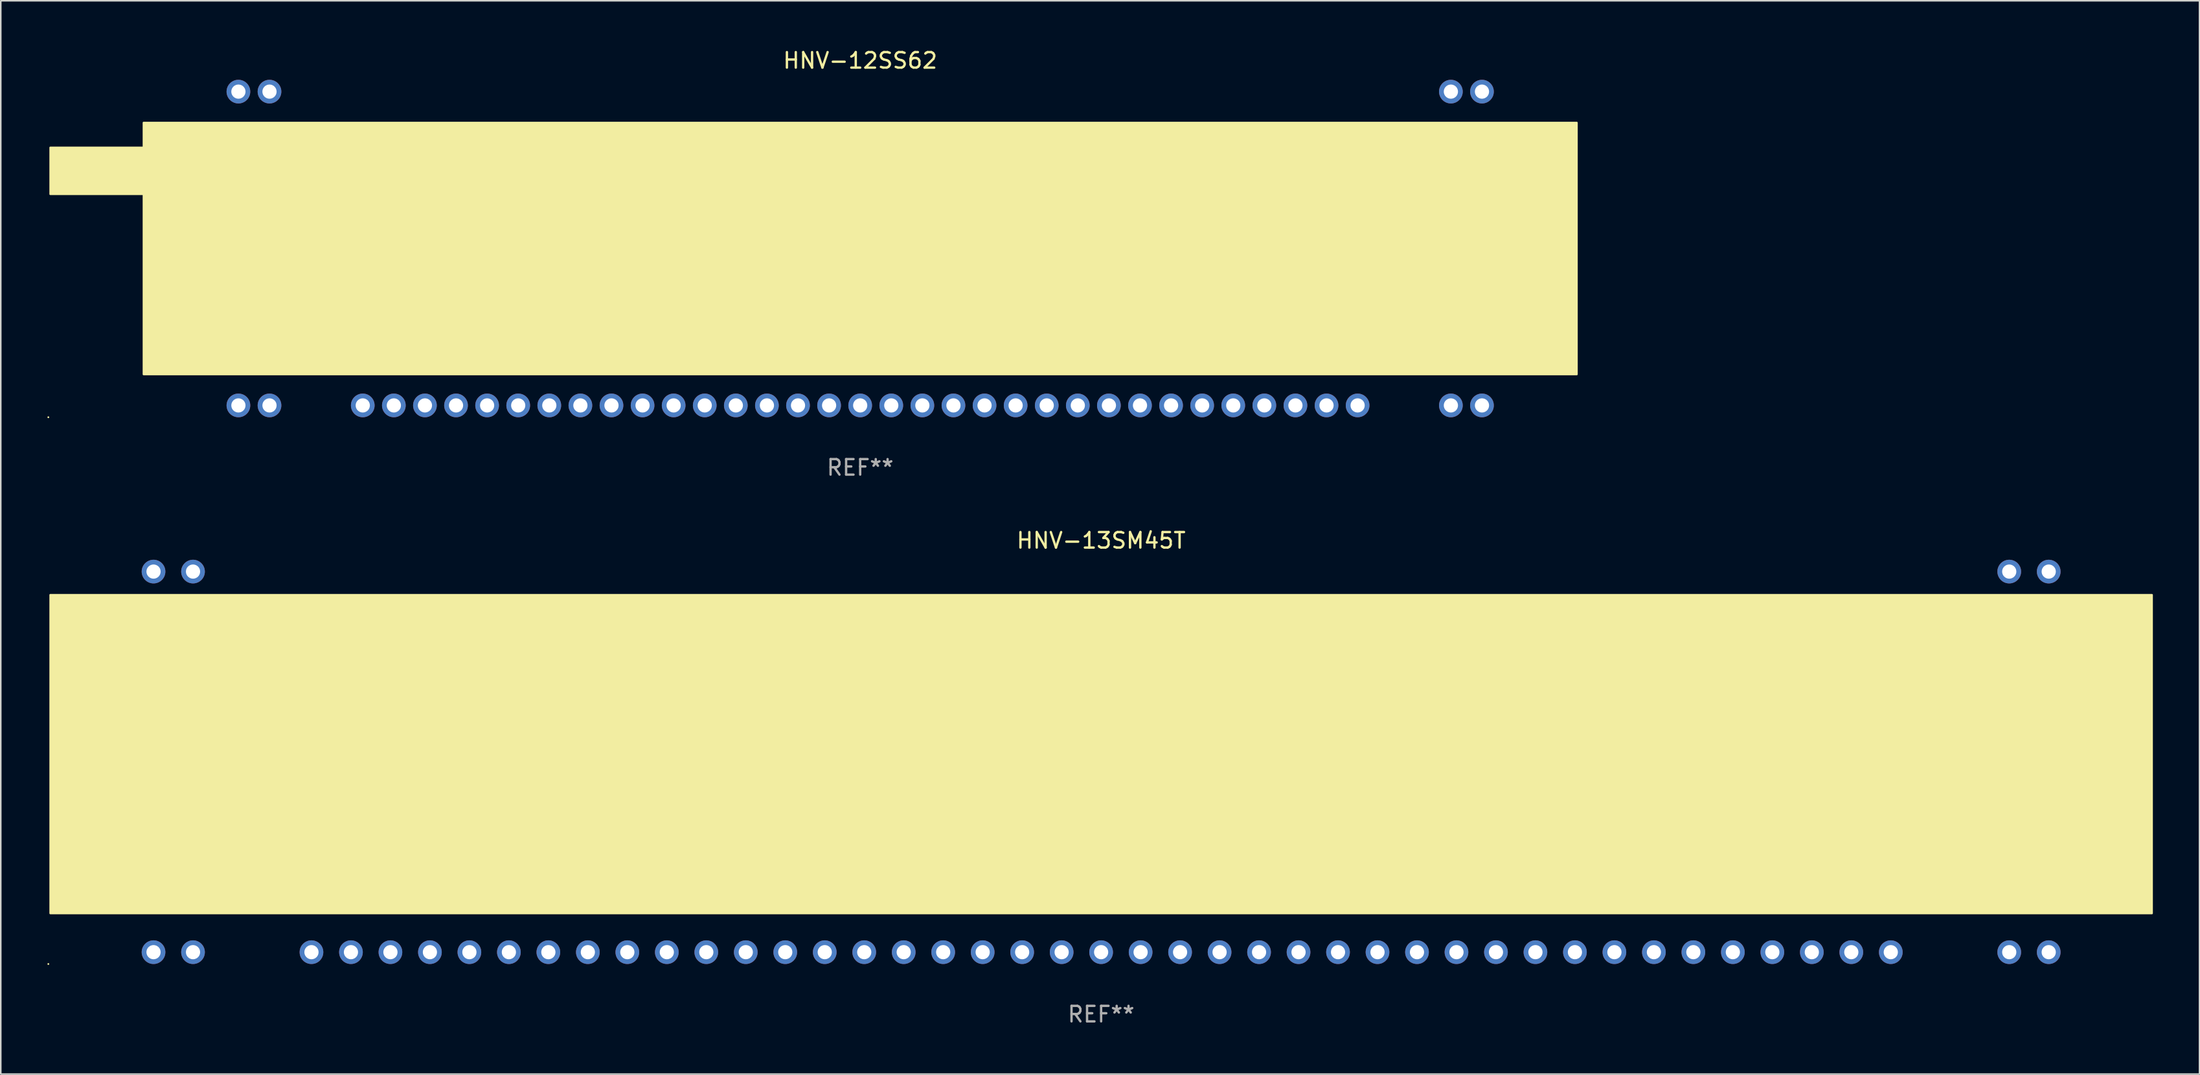
<source format=kicad_pcb>
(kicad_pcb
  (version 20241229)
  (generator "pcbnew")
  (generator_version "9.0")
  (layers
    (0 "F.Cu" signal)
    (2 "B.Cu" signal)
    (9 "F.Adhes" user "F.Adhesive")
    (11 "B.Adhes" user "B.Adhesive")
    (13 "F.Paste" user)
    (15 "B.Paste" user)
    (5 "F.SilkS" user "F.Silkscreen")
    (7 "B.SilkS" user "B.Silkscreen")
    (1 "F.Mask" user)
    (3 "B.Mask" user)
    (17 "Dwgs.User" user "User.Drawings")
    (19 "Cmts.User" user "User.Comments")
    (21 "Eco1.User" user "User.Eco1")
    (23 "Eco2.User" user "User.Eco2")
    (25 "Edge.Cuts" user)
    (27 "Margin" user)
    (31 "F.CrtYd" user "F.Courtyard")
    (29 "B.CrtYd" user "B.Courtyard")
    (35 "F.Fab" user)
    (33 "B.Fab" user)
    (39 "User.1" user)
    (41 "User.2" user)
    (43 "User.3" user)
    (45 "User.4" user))
  (footprint "HNV-12SS62"
    (layer "F.Cu")
    (at 52.287 12.948)
    (property "Reference" "HNV-12SS62" (at 0 -12.1 0) (layer "F.SilkS") (effects (font (size 1 1) (thickness 0.15))))
    (attr through_hole)
    (fp_circle (center -52.227 10.862) (end -52.197 10.862) (stroke (width 0.06) (type solid)) (fill no) (layer "F.SilkS"))
    (fp_poly (pts (xy -52.1 -6.5) (xy -46.1 -6.5) (xy -46.1 -3.5) (xy -52.1 -3.5)) (stroke (width 0.12) (type solid)) (fill yes) (layer "F.SilkS"))
    (fp_poly (pts (xy -46.1 -8.1) (xy 46.1 -8.1) (xy 46.1 8.1) (xy -46.1 8.1)) (stroke (width 0.12) (type solid)) (fill yes) (layer "F.SilkS"))
    (fp_poly (pts (xy -33.4 -3.8) (xy 32.43 -3.8) (xy 32.43 2.2) (xy -33.4 2.2)) (stroke (width 0.12) (type solid)) (fill yes) (layer "F.SilkS"))
    (fp_text user "REF**" (at 0 14.1 0) (layer "F.Fab") (effects (font (size 1 1) (thickness 0.15))))
    (pad "0" thru_hole circle (at -40 -10.1) (size 1.524 1.524) (drill 0.914) (layers "*.Cu" "*.Mask"))
    (pad "0" thru_hole circle (at -38 -10.1) (size 1.524 1.524) (drill 0.914) (layers "*.Cu" "*.Mask"))
    (pad "0" thru_hole circle (at 38 -10.1) (size 1.524 1.524) (drill 0.914) (layers "*.Cu" "*.Mask"))
    (pad "0" thru_hole circle (at 40 -10.1) (size 1.524 1.524) (drill 0.914) (layers "*.Cu" "*.Mask"))
    (pad "1" thru_hole circle (at -40 10.1) (size 1.524 1.524) (drill 0.914) (layers "*.Cu" "*.Mask"))
    (pad "2" thru_hole circle (at -38 10.1) (size 1.524 1.524) (drill 0.914) (layers "*.Cu" "*.Mask"))
    (pad "5" thru_hole circle (at -32 10.1) (size 1.524 1.524) (drill 0.914) (layers "*.Cu" "*.Mask"))
    (pad "6" thru_hole circle (at -30 10.1) (size 1.524 1.524) (drill 0.914) (layers "*.Cu" "*.Mask"))
    (pad "7" thru_hole circle (at -28 10.1) (size 1.524 1.524) (drill 0.914) (layers "*.Cu" "*.Mask"))
    (pad "8" thru_hole circle (at -26 10.1) (size 1.524 1.524) (drill 0.914) (layers "*.Cu" "*.Mask"))
    (pad "9" thru_hole circle (at -24 10.1) (size 1.524 1.524) (drill 0.914) (layers "*.Cu" "*.Mask"))
    (pad "10" thru_hole circle (at -22 10.1) (size 1.524 1.524) (drill 0.914) (layers "*.Cu" "*.Mask"))
    (pad "11" thru_hole circle (at -20 10.1) (size 1.524 1.524) (drill 0.914) (layers "*.Cu" "*.Mask"))
    (pad "12" thru_hole circle (at -18 10.1) (size 1.524 1.524) (drill 0.914) (layers "*.Cu" "*.Mask"))
    (pad "13" thru_hole circle (at -16 10.1) (size 1.524 1.524) (drill 0.914) (layers "*.Cu" "*.Mask"))
    (pad "14" thru_hole circle (at -14 10.1) (size 1.524 1.524) (drill 0.914) (layers "*.Cu" "*.Mask"))
    (pad "15" thru_hole circle (at -12 10.1) (size 1.524 1.524) (drill 0.914) (layers "*.Cu" "*.Mask"))
    (pad "16" thru_hole circle (at -10 10.1) (size 1.524 1.524) (drill 0.914) (layers "*.Cu" "*.Mask"))
    (pad "17" thru_hole circle (at -8 10.1) (size 1.524 1.524) (drill 0.914) (layers "*.Cu" "*.Mask"))
    (pad "18" thru_hole circle (at -6 10.1) (size 1.524 1.524) (drill 0.914) (layers "*.Cu" "*.Mask"))
    (pad "19" thru_hole circle (at -4 10.1) (size 1.524 1.524) (drill 0.914) (layers "*.Cu" "*.Mask"))
    (pad "20" thru_hole circle (at -2 10.1) (size 1.524 1.524) (drill 0.914) (layers "*.Cu" "*.Mask"))
    (pad "21" thru_hole circle (at 0 10.1) (size 1.524 1.524) (drill 0.914) (layers "*.Cu" "*.Mask"))
    (pad "22" thru_hole circle (at 2 10.1) (size 1.524 1.524) (drill 0.914) (layers "*.Cu" "*.Mask"))
    (pad "23" thru_hole circle (at 4 10.1) (size 1.524 1.524) (drill 0.914) (layers "*.Cu" "*.Mask"))
    (pad "24" thru_hole circle (at 6 10.1) (size 1.524 1.524) (drill 0.914) (layers "*.Cu" "*.Mask"))
    (pad "25" thru_hole circle (at 8 10.1) (size 1.524 1.524) (drill 0.914) (layers "*.Cu" "*.Mask"))
    (pad "26" thru_hole circle (at 10 10.1) (size 1.524 1.524) (drill 0.914) (layers "*.Cu" "*.Mask"))
    (pad "27" thru_hole circle (at 12 10.1) (size 1.524 1.524) (drill 0.914) (layers "*.Cu" "*.Mask"))
    (pad "28" thru_hole circle (at 14 10.1) (size 1.524 1.524) (drill 0.914) (layers "*.Cu" "*.Mask"))
    (pad "29" thru_hole circle (at 16 10.1) (size 1.524 1.524) (drill 0.914) (layers "*.Cu" "*.Mask"))
    (pad "30" thru_hole circle (at 18 10.1) (size 1.524 1.524) (drill 0.914) (layers "*.Cu" "*.Mask"))
    (pad "31" thru_hole circle (at 20 10.1) (size 1.524 1.524) (drill 0.914) (layers "*.Cu" "*.Mask"))
    (pad "32" thru_hole circle (at 22 10.1) (size 1.524 1.524) (drill 0.914) (layers "*.Cu" "*.Mask"))
    (pad "33" thru_hole circle (at 24 10.1) (size 1.524 1.524) (drill 0.914) (layers "*.Cu" "*.Mask"))
    (pad "34" thru_hole circle (at 26 10.1) (size 1.524 1.524) (drill 0.914) (layers "*.Cu" "*.Mask"))
    (pad "35" thru_hole circle (at 28 10.1) (size 1.524 1.524) (drill 0.914) (layers "*.Cu" "*.Mask"))
    (pad "36" thru_hole circle (at 30 10.1) (size 1.524 1.524) (drill 0.914) (layers "*.Cu" "*.Mask"))
    (pad "37" thru_hole circle (at 32 10.1) (size 1.524 1.524) (drill 0.914) (layers "*.Cu" "*.Mask"))
    (pad "40" thru_hole circle (at 38 10.1) (size 1.524 1.524) (drill 0.914) (layers "*.Cu" "*.Mask"))
    (pad "41" thru_hole circle (at 40 10.1) (size 1.524 1.524) (drill 0.914) (layers "*.Cu" "*.Mask")))
  (footprint "HNV-13SM45T"
    (layer "F.Cu")
    (at 67.787 45.995)
    (property "Reference" "HNV-13SM45T" (at 0 -14.25 0) (layer "F.SilkS") (effects (font (size 1 1) (thickness 0.15))))
    (attr through_hole)
    (fp_circle (center -67.727 13.012) (end -67.697 13.012) (stroke (width 0.06) (type solid)) (fill no) (layer "F.SilkS"))
    (fp_poly (pts (xy -67.6 -10.75) (xy 67.6 -10.75) (xy 67.6 9.75) (xy -67.6 9.75)) (stroke (width 0.12) (type solid)) (fill yes) (layer "F.SilkS"))
    (fp_poly (pts (xy -54.6 -5.25) (xy 54.6 -5.25) (xy 54.6 3.75) (xy -54.6 3.75)) (stroke (width 0.12) (type solid)) (fill yes) (layer "F.SilkS"))
    (fp_text user "REF**" (at 0 16.25 0) (layer "F.Fab") (effects (font (size 1 1) (thickness 0.15))))
    (pad "0" thru_hole circle (at -60.96 -12.25) (size 1.524 1.524) (drill 0.914) (layers "*.Cu" "*.Mask"))
    (pad "0" thru_hole circle (at -58.42 -12.25) (size 1.524 1.524) (drill 0.914) (layers "*.Cu" "*.Mask"))
    (pad "0" thru_hole circle (at 58.42 -12.25) (size 1.524 1.524) (drill 0.914) (layers "*.Cu" "*.Mask"))
    (pad "0" thru_hole circle (at 60.96 -12.25) (size 1.524 1.524) (drill 0.914) (layers "*.Cu" "*.Mask"))
    (pad "1" thru_hole circle (at -60.96 12.25) (size 1.524 1.524) (drill 0.914) (layers "*.Cu" "*.Mask"))
    (pad "2" thru_hole circle (at -58.42 12.25) (size 1.524 1.524) (drill 0.914) (layers "*.Cu" "*.Mask"))
    (pad "5" thru_hole circle (at -50.8 12.25) (size 1.524 1.524) (drill 0.914) (layers "*.Cu" "*.Mask"))
    (pad "6" thru_hole circle (at -48.26 12.25) (size 1.524 1.524) (drill 0.914) (layers "*.Cu" "*.Mask"))
    (pad "7" thru_hole circle (at -45.72 12.25) (size 1.524 1.524) (drill 0.914) (layers "*.Cu" "*.Mask"))
    (pad "8" thru_hole circle (at -43.18 12.25) (size 1.524 1.524) (drill 0.914) (layers "*.Cu" "*.Mask"))
    (pad "9" thru_hole circle (at -40.64 12.25) (size 1.524 1.524) (drill 0.914) (layers "*.Cu" "*.Mask"))
    (pad "10" thru_hole circle (at -38.1 12.25) (size 1.524 1.524) (drill 0.914) (layers "*.Cu" "*.Mask"))
    (pad "11" thru_hole circle (at -35.56 12.25) (size 1.524 1.524) (drill 0.914) (layers "*.Cu" "*.Mask"))
    (pad "12" thru_hole circle (at -33.02 12.25) (size 1.524 1.524) (drill 0.914) (layers "*.Cu" "*.Mask"))
    (pad "13" thru_hole circle (at -30.48 12.25) (size 1.524 1.524) (drill 0.914) (layers "*.Cu" "*.Mask"))
    (pad "14" thru_hole circle (at -27.94 12.25) (size 1.524 1.524) (drill 0.914) (layers "*.Cu" "*.Mask"))
    (pad "15" thru_hole circle (at -25.4 12.25) (size 1.524 1.524) (drill 0.914) (layers "*.Cu" "*.Mask"))
    (pad "16" thru_hole circle (at -22.86 12.25) (size 1.524 1.524) (drill 0.914) (layers "*.Cu" "*.Mask"))
    (pad "17" thru_hole circle (at -20.32 12.25) (size 1.524 1.524) (drill 0.914) (layers "*.Cu" "*.Mask"))
    (pad "18" thru_hole circle (at -17.78 12.25) (size 1.524 1.524) (drill 0.914) (layers "*.Cu" "*.Mask"))
    (pad "19" thru_hole circle (at -15.24 12.25) (size 1.524 1.524) (drill 0.914) (layers "*.Cu" "*.Mask"))
    (pad "20" thru_hole circle (at -12.7 12.25) (size 1.524 1.524) (drill 0.914) (layers "*.Cu" "*.Mask"))
    (pad "21" thru_hole circle (at -10.16 12.25) (size 1.524 1.524) (drill 0.914) (layers "*.Cu" "*.Mask"))
    (pad "22" thru_hole circle (at -7.62 12.25) (size 1.524 1.524) (drill 0.914) (layers "*.Cu" "*.Mask"))
    (pad "23" thru_hole circle (at -5.08 12.25) (size 1.524 1.524) (drill 0.914) (layers "*.Cu" "*.Mask"))
    (pad "24" thru_hole circle (at -2.54 12.25) (size 1.524 1.524) (drill 0.914) (layers "*.Cu" "*.Mask"))
    (pad "25" thru_hole circle (at 0 12.25) (size 1.524 1.524) (drill 0.914) (layers "*.Cu" "*.Mask"))
    (pad "26" thru_hole circle (at 2.54 12.25) (size 1.524 1.524) (drill 0.914) (layers "*.Cu" "*.Mask"))
    (pad "27" thru_hole circle (at 5.08 12.25) (size 1.524 1.524) (drill 0.914) (layers "*.Cu" "*.Mask"))
    (pad "28" thru_hole circle (at 7.62 12.25) (size 1.524 1.524) (drill 0.914) (layers "*.Cu" "*.Mask"))
    (pad "29" thru_hole circle (at 10.16 12.25) (size 1.524 1.524) (drill 0.914) (layers "*.Cu" "*.Mask"))
    (pad "30" thru_hole circle (at 12.7 12.25) (size 1.524 1.524) (drill 0.914) (layers "*.Cu" "*.Mask"))
    (pad "31" thru_hole circle (at 15.24 12.25) (size 1.524 1.524) (drill 0.914) (layers "*.Cu" "*.Mask"))
    (pad "32" thru_hole circle (at 17.78 12.25) (size 1.524 1.524) (drill 0.914) (layers "*.Cu" "*.Mask"))
    (pad "33" thru_hole circle (at 20.32 12.25) (size 1.524 1.524) (drill 0.914) (layers "*.Cu" "*.Mask"))
    (pad "34" thru_hole circle (at 22.86 12.25) (size 1.524 1.524) (drill 0.914) (layers "*.Cu" "*.Mask"))
    (pad "35" thru_hole circle (at 25.4 12.25) (size 1.524 1.524) (drill 0.914) (layers "*.Cu" "*.Mask"))
    (pad "36" thru_hole circle (at 27.94 12.25) (size 1.524 1.524) (drill 0.914) (layers "*.Cu" "*.Mask"))
    (pad "37" thru_hole circle (at 30.48 12.25) (size 1.524 1.524) (drill 0.914) (layers "*.Cu" "*.Mask"))
    (pad "38" thru_hole circle (at 33.02 12.25) (size 1.524 1.524) (drill 0.914) (layers "*.Cu" "*.Mask"))
    (pad "39" thru_hole circle (at 35.56 12.25) (size 1.524 1.524) (drill 0.914) (layers "*.Cu" "*.Mask"))
    (pad "40" thru_hole circle (at 38.1 12.25) (size 1.524 1.524) (drill 0.914) (layers "*.Cu" "*.Mask"))
    (pad "41" thru_hole circle (at 40.64 12.25) (size 1.524 1.524) (drill 0.914) (layers "*.Cu" "*.Mask"))
    (pad "42" thru_hole circle (at 43.18 12.25) (size 1.524 1.524) (drill 0.914) (layers "*.Cu" "*.Mask"))
    (pad "43" thru_hole circle (at 45.72 12.25) (size 1.524 1.524) (drill 0.914) (layers "*.Cu" "*.Mask"))
    (pad "44" thru_hole circle (at 48.26 12.25) (size 1.524 1.524) (drill 0.914) (layers "*.Cu" "*.Mask"))
    (pad "45" thru_hole circle (at 50.8 12.25) (size 1.524 1.524) (drill 0.914) (layers "*.Cu" "*.Mask"))
    (pad "48" thru_hole circle (at 58.42 12.25) (size 1.524 1.524) (drill 0.914) (layers "*.Cu" "*.Mask"))
    (pad "49" thru_hole circle (at 60.96 12.25) (size 1.524 1.524) (drill 0.914) (layers "*.Cu" "*.Mask")))
  (gr_rect
    (start -3 -3)
    (end 138.447 66.093)
    (stroke (width 0.1) (type default))
    (fill no)
    (layer "Edge.Cuts")))
</source>
